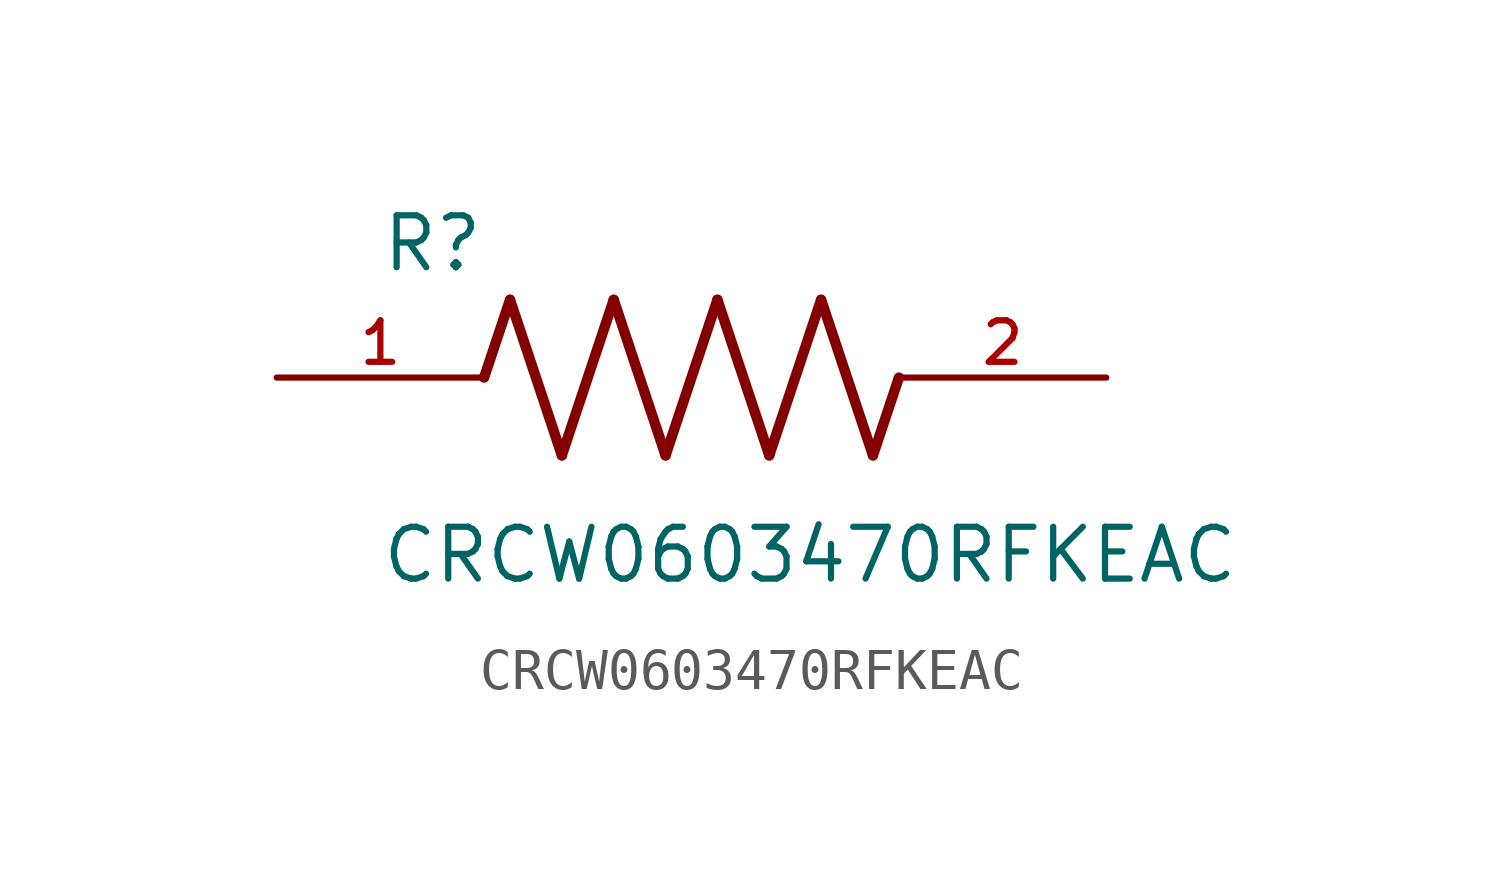
<source format=kicad_sym>
(kicad_symbol_lib
  (version 20211014)
  (generator kicad_symbol_editor)
  (symbol "CRCW0603470RFKEAC"
    (pin_names
      (offset 1.016))
    (property "Reference" "R"
      (at -7.624 2.541 0)
      (effects (font (size 1.27 1.27)) (justify bottom left)))
    (property "Value" "CRCW0603470RFKEAC"
      (at -7.63 -5.087 0)
      (effects (font (size 1.27 1.27)) (justify bottom left)))
    (symbol "CRCW0603470RFKEAC_0_0"
      (polyline (pts (xy -5.08 0.0) (xy -4.445 1.905)) (stroke (width 0.254)))
      (polyline (pts (xy -4.445 1.905) (xy -3.175 -1.905)) (stroke (width 0.254)))
      (polyline (pts (xy -3.175 -1.905) (xy -1.905 1.905)) (stroke (width 0.254)))
      (polyline (pts (xy -1.905 1.905) (xy -0.635 -1.905)) (stroke (width 0.254)))
      (polyline (pts (xy -0.635 -1.905) (xy 0.635 1.905)) (stroke (width 0.254)))
      (polyline (pts (xy 0.635 1.905) (xy 1.905 -1.905)) (stroke (width 0.254)))
      (polyline (pts (xy 1.905 -1.905) (xy 3.175 1.905)) (stroke (width 0.254)))
      (polyline (pts (xy 3.175 1.905) (xy 4.445 -1.905)) (stroke (width 0.254)))
      (polyline (pts (xy 4.445 -1.905) (xy 5.08 0.0)) (stroke (width 0.254)))
      (pin passive line (at -10.16 0.0 0) (length 5.08) (name "~" (effects (font (size 1.016 1.016)))) (number "1" (effects (font (size 1.016 1.016)))))
      (pin passive line (at 10.16 0.0 180.0) (length 5.08) (name "~" (effects (font (size 1.016 1.016)))) (number "2" (effects (font (size 1.016 1.016))))))))
</source>
